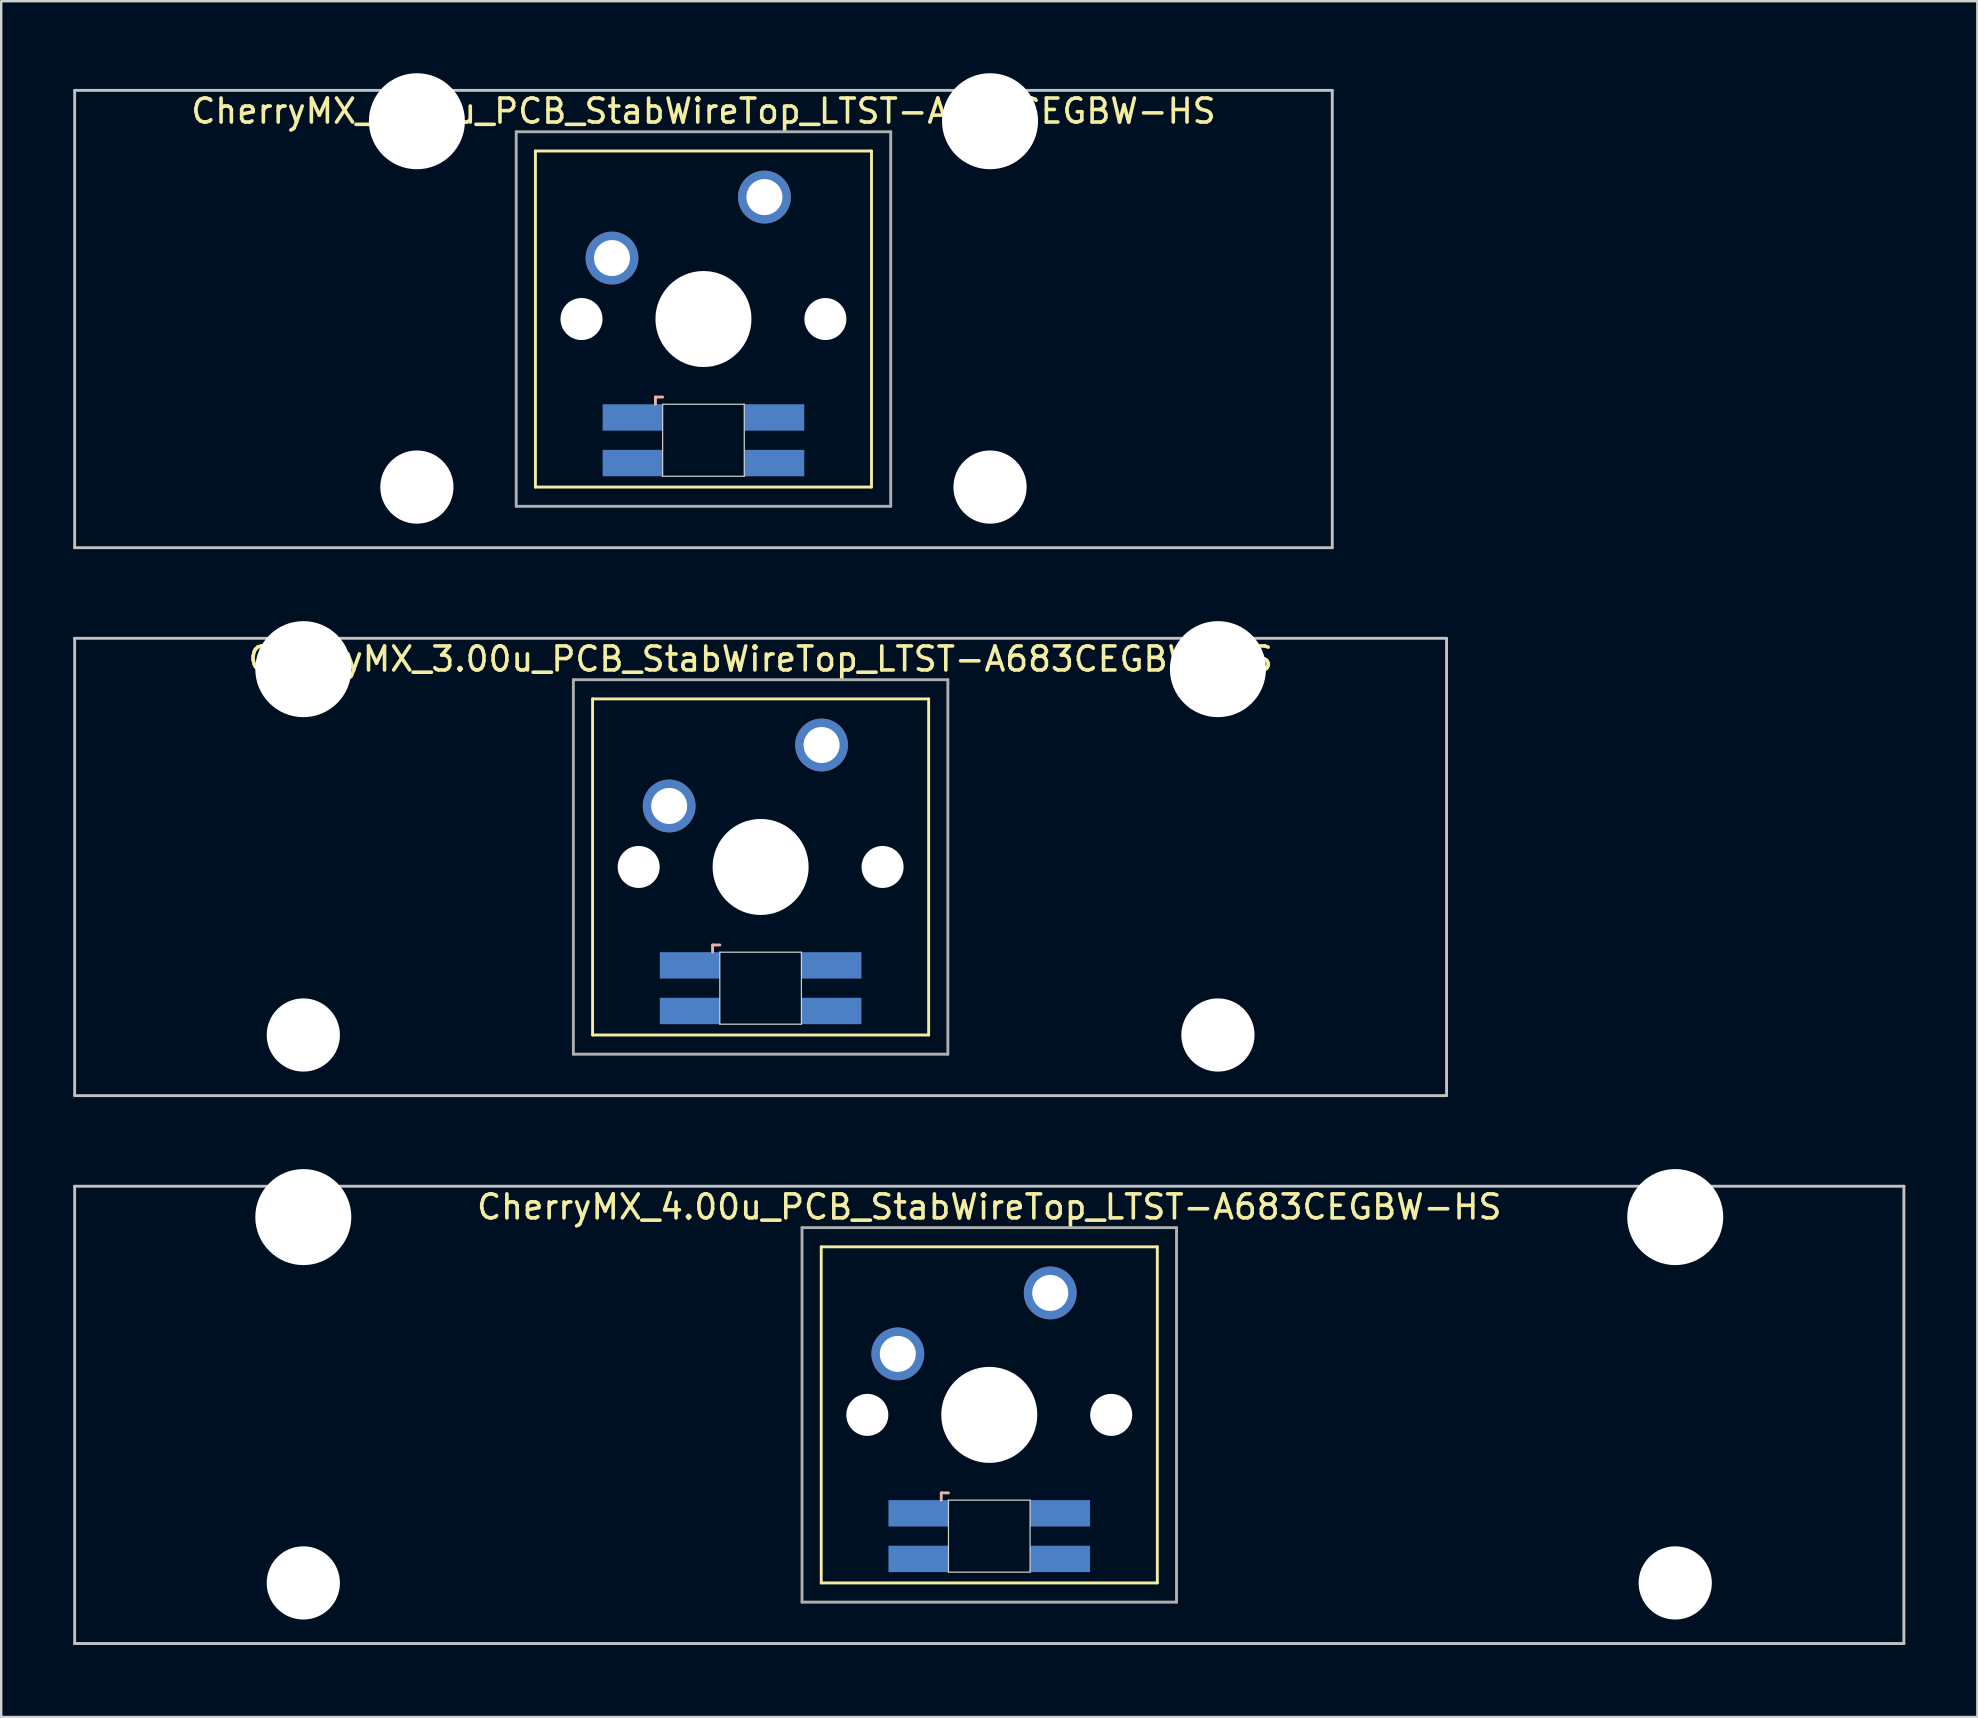
<source format=kicad_pcb>
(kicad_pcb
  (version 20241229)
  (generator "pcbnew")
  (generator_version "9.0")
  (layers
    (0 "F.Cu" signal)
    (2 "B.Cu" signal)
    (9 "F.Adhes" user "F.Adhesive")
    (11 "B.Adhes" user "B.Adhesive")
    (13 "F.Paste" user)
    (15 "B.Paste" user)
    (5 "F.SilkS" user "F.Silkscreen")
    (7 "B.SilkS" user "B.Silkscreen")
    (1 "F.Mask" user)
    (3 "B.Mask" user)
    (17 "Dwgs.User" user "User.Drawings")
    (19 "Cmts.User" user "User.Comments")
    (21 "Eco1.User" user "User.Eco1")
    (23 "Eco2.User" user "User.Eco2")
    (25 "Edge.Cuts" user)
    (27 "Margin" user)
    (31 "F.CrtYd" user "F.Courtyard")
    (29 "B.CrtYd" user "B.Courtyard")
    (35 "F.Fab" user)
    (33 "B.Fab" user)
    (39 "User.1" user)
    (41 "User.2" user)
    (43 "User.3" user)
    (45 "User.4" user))
  (footprint "CherryMX_2.75u_PCB_StabWireTop_LTST-A683CEGBW-HS"
    (layer "F.Cu")
    (at 26.254 10.24)
    (property "Reference" "CherryMX_2.75u_PCB_StabWireTop_LTST-A683CEGBW-HS" (at 0 -8.662 0) (layer "F.SilkS") (effects (font (size 1 1) (thickness 0.15))))
    (attr through_hole)
    (fp_line (start -7 -7) (end -7 7) (stroke (width 0.12) (type solid)) (layer "F.SilkS"))
    (fp_line (start -7 -7) (end 7 -7) (stroke (width 0.12) (type solid)) (layer "F.SilkS"))
    (fp_line (start 7 -7) (end 7 7) (stroke (width 0.12) (type solid)) (layer "F.SilkS"))
    (fp_line (start 7 7) (end -7 7) (stroke (width 0.12) (type solid)) (layer "F.SilkS"))
    (fp_line (start -2 3.25) (end -2 3.55) (stroke (width 0.12) (type solid)) (layer "B.SilkS"))
    (fp_line (start -1.7 3.25) (end -2 3.25) (stroke (width 0.12) (type solid)) (layer "B.SilkS"))
    (fp_line (start -26.194 -9.525) (end 26.194 -9.525) (stroke (width 0.12) (type solid)) (layer "Dwgs.User"))
    (fp_line (start -26.194 9.525) (end -26.194 -9.525) (stroke (width 0.12) (type solid)) (layer "Dwgs.User"))
    (fp_line (start 26.194 -9.525) (end 26.194 9.525) (stroke (width 0.12) (type solid)) (layer "Dwgs.User"))
    (fp_line (start 26.194 9.525) (end -26.194 9.525) (stroke (width 0.12) (type solid)) (layer "Dwgs.User"))
    (fp_line (start -1.7 3.55) (end 1.7 3.55) (stroke (width 0.05) (type solid)) (layer "Edge.Cuts"))
    (fp_line (start -1.7 6.55) (end -1.7 3.55) (stroke (width 0.05) (type solid)) (layer "Edge.Cuts"))
    (fp_line (start 1.7 3.55) (end 1.7 6.55) (stroke (width 0.05) (type solid)) (layer "Edge.Cuts"))
    (fp_line (start 1.7 6.55) (end -1.7 6.55) (stroke (width 0.05) (type solid)) (layer "Edge.Cuts"))
    (fp_line (start -7.8 -7.8) (end -7.8 7.8) (stroke (width 0.12) (type solid)) (layer "F.Fab"))
    (fp_line (start -7.8 -7.8) (end 7.8 -7.8) (stroke (width 0.12) (type solid)) (layer "F.Fab"))
    (fp_line (start -7.8 7.8) (end 7.8 7.8) (stroke (width 0.12) (type solid)) (layer "F.Fab"))
    (fp_line (start 7.8 -7.8) (end 7.8 7.8) (stroke (width 0.12) (type solid)) (layer "F.Fab"))
    (pad "" np_thru_hole circle (at -11.938 -8.24) (size 4 4) (drill 4) (layers "*.Cu" "*.Mask"))
    (pad "" np_thru_hole circle (at -11.938 7) (size 3.05 3.05) (drill 3.05) (layers "*.Cu" "*.Mask"))
    (pad "" np_thru_hole circle (at -5.08 0) (size 1.75 1.75) (drill 1.75) (layers "*.Cu" "*.Mask"))
    (pad "" np_thru_hole circle (at 0 0) (size 4 4) (drill 4) (layers "*.Cu" "*.Mask"))
    (pad "" np_thru_hole circle (at 5.08 0) (size 1.75 1.75) (drill 1.75) (layers "*.Cu" "*.Mask"))
    (pad "" np_thru_hole circle (at 11.938 -8.24) (size 4 4) (drill 4) (layers "*.Cu" "*.Mask"))
    (pad "" np_thru_hole circle (at 11.938 7) (size 3.05 3.05) (drill 3.05) (layers "*.Cu" "*.Mask"))
    (pad "1" thru_hole circle (at -3.81 -2.54) (size 2.2 2.2) (drill 1.5) (layers "*.Cu" "*.Mask"))
    (pad "2" thru_hole circle (at 2.54 -5.08) (size 2.2 2.2) (drill 1.5) (layers "*.Cu" "*.Mask"))
    (pad "3" smd rect (at -2.95 4.1) (size 2.5 1.1) (layers "B.Cu" "B.Mask" "B.Paste"))
    (pad "4" smd rect (at -2.95 6) (size 2.5 1.1) (layers "B.Cu" "B.Mask" "B.Paste"))
    (pad "5" smd rect (at 2.95 4.1) (size 2.5 1.1) (layers "B.Cu" "B.Mask" "B.Paste"))
    (pad "6" smd rect (at 2.95 6) (size 2.5 1.1) (layers "B.Cu" "B.Mask" "B.Paste")))
  (footprint "CherryMX_4.00u_PCB_StabWireTop_LTST-A683CEGBW-HS"
    (layer "F.Cu")
    (at 38.16 55.89)
    (property "Reference" "CherryMX_4.00u_PCB_StabWireTop_LTST-A683CEGBW-HS" (at 0 -8.662 0) (layer "F.SilkS") (effects (font (size 1 1) (thickness 0.15))))
    (attr through_hole)
    (fp_line (start -7 -7) (end -7 7) (stroke (width 0.12) (type solid)) (layer "F.SilkS"))
    (fp_line (start -7 -7) (end 7 -7) (stroke (width 0.12) (type solid)) (layer "F.SilkS"))
    (fp_line (start 7 -7) (end 7 7) (stroke (width 0.12) (type solid)) (layer "F.SilkS"))
    (fp_line (start 7 7) (end -7 7) (stroke (width 0.12) (type solid)) (layer "F.SilkS"))
    (fp_line (start -2 3.25) (end -2 3.55) (stroke (width 0.12) (type solid)) (layer "B.SilkS"))
    (fp_line (start -1.7 3.25) (end -2 3.25) (stroke (width 0.12) (type solid)) (layer "B.SilkS"))
    (fp_line (start -38.1 -9.525) (end 38.1 -9.525) (stroke (width 0.12) (type solid)) (layer "Dwgs.User"))
    (fp_line (start -38.1 9.525) (end -38.1 -9.525) (stroke (width 0.12) (type solid)) (layer "Dwgs.User"))
    (fp_line (start 38.1 -9.525) (end 38.1 9.525) (stroke (width 0.12) (type solid)) (layer "Dwgs.User"))
    (fp_line (start 38.1 9.525) (end -38.1 9.525) (stroke (width 0.12) (type solid)) (layer "Dwgs.User"))
    (fp_line (start -1.7 3.55) (end 1.7 3.55) (stroke (width 0.05) (type solid)) (layer "Edge.Cuts"))
    (fp_line (start -1.7 6.55) (end -1.7 3.55) (stroke (width 0.05) (type solid)) (layer "Edge.Cuts"))
    (fp_line (start 1.7 3.55) (end 1.7 6.55) (stroke (width 0.05) (type solid)) (layer "Edge.Cuts"))
    (fp_line (start 1.7 6.55) (end -1.7 6.55) (stroke (width 0.05) (type solid)) (layer "Edge.Cuts"))
    (fp_line (start -7.8 -7.8) (end -7.8 7.8) (stroke (width 0.12) (type solid)) (layer "F.Fab"))
    (fp_line (start -7.8 -7.8) (end 7.8 -7.8) (stroke (width 0.12) (type solid)) (layer "F.Fab"))
    (fp_line (start -7.8 7.8) (end 7.8 7.8) (stroke (width 0.12) (type solid)) (layer "F.Fab"))
    (fp_line (start 7.8 -7.8) (end 7.8 7.8) (stroke (width 0.12) (type solid)) (layer "F.Fab"))
    (pad "" np_thru_hole circle (at -28.575 -8.24) (size 4 4) (drill 4) (layers "*.Cu" "*.Mask"))
    (pad "" np_thru_hole circle (at -28.575 7) (size 3.05 3.05) (drill 3.05) (layers "*.Cu" "*.Mask"))
    (pad "" np_thru_hole circle (at -5.08 0) (size 1.75 1.75) (drill 1.75) (layers "*.Cu" "*.Mask"))
    (pad "" np_thru_hole circle (at 0 0) (size 4 4) (drill 4) (layers "*.Cu" "*.Mask"))
    (pad "" np_thru_hole circle (at 5.08 0) (size 1.75 1.75) (drill 1.75) (layers "*.Cu" "*.Mask"))
    (pad "" np_thru_hole circle (at 28.575 -8.24) (size 4 4) (drill 4) (layers "*.Cu" "*.Mask"))
    (pad "" np_thru_hole circle (at 28.575 7) (size 3.05 3.05) (drill 3.05) (layers "*.Cu" "*.Mask"))
    (pad "1" thru_hole circle (at -3.81 -2.54) (size 2.2 2.2) (drill 1.5) (layers "*.Cu" "*.Mask"))
    (pad "2" thru_hole circle (at 2.54 -5.08) (size 2.2 2.2) (drill 1.5) (layers "*.Cu" "*.Mask"))
    (pad "3" smd rect (at -2.95 4.1) (size 2.5 1.1) (layers "B.Cu" "B.Mask" "B.Paste"))
    (pad "4" smd rect (at -2.95 6) (size 2.5 1.1) (layers "B.Cu" "B.Mask" "B.Paste"))
    (pad "5" smd rect (at 2.95 4.1) (size 2.5 1.1) (layers "B.Cu" "B.Mask" "B.Paste"))
    (pad "6" smd rect (at 2.95 6) (size 2.5 1.1) (layers "B.Cu" "B.Mask" "B.Paste")))
  (footprint "CherryMX_3.00u_PCB_StabWireTop_LTST-A683CEGBW-HS"
    (layer "F.Cu")
    (at 28.635 33.065)
    (property "Reference" "CherryMX_3.00u_PCB_StabWireTop_LTST-A683CEGBW-HS" (at 0 -8.662 0) (layer "F.SilkS") (effects (font (size 1 1) (thickness 0.15))))
    (attr through_hole)
    (fp_line (start -7 -7) (end -7 7) (stroke (width 0.12) (type solid)) (layer "F.SilkS"))
    (fp_line (start -7 -7) (end 7 -7) (stroke (width 0.12) (type solid)) (layer "F.SilkS"))
    (fp_line (start 7 -7) (end 7 7) (stroke (width 0.12) (type solid)) (layer "F.SilkS"))
    (fp_line (start 7 7) (end -7 7) (stroke (width 0.12) (type solid)) (layer "F.SilkS"))
    (fp_line (start -2 3.25) (end -2 3.55) (stroke (width 0.12) (type solid)) (layer "B.SilkS"))
    (fp_line (start -1.7 3.25) (end -2 3.25) (stroke (width 0.12) (type solid)) (layer "B.SilkS"))
    (fp_line (start -28.575 -9.525) (end 28.575 -9.525) (stroke (width 0.12) (type solid)) (layer "Dwgs.User"))
    (fp_line (start -28.575 9.525) (end -28.575 -9.525) (stroke (width 0.12) (type solid)) (layer "Dwgs.User"))
    (fp_line (start 28.575 -9.525) (end 28.575 9.525) (stroke (width 0.12) (type solid)) (layer "Dwgs.User"))
    (fp_line (start 28.575 9.525) (end -28.575 9.525) (stroke (width 0.12) (type solid)) (layer "Dwgs.User"))
    (fp_line (start -1.7 3.55) (end 1.7 3.55) (stroke (width 0.05) (type solid)) (layer "Edge.Cuts"))
    (fp_line (start -1.7 6.55) (end -1.7 3.55) (stroke (width 0.05) (type solid)) (layer "Edge.Cuts"))
    (fp_line (start 1.7 3.55) (end 1.7 6.55) (stroke (width 0.05) (type solid)) (layer "Edge.Cuts"))
    (fp_line (start 1.7 6.55) (end -1.7 6.55) (stroke (width 0.05) (type solid)) (layer "Edge.Cuts"))
    (fp_line (start -7.8 -7.8) (end -7.8 7.8) (stroke (width 0.12) (type solid)) (layer "F.Fab"))
    (fp_line (start -7.8 -7.8) (end 7.8 -7.8) (stroke (width 0.12) (type solid)) (layer "F.Fab"))
    (fp_line (start -7.8 7.8) (end 7.8 7.8) (stroke (width 0.12) (type solid)) (layer "F.Fab"))
    (fp_line (start 7.8 -7.8) (end 7.8 7.8) (stroke (width 0.12) (type solid)) (layer "F.Fab"))
    (pad "" np_thru_hole circle (at -19.05 -8.24) (size 4 4) (drill 4) (layers "*.Cu" "*.Mask"))
    (pad "" np_thru_hole circle (at -19.05 7) (size 3.05 3.05) (drill 3.05) (layers "*.Cu" "*.Mask"))
    (pad "" np_thru_hole circle (at -5.08 0) (size 1.75 1.75) (drill 1.75) (layers "*.Cu" "*.Mask"))
    (pad "" np_thru_hole circle (at 0 0) (size 4 4) (drill 4) (layers "*.Cu" "*.Mask"))
    (pad "" np_thru_hole circle (at 5.08 0) (size 1.75 1.75) (drill 1.75) (layers "*.Cu" "*.Mask"))
    (pad "" np_thru_hole circle (at 19.05 -8.24) (size 4 4) (drill 4) (layers "*.Cu" "*.Mask"))
    (pad "" np_thru_hole circle (at 19.05 7) (size 3.05 3.05) (drill 3.05) (layers "*.Cu" "*.Mask"))
    (pad "1" thru_hole circle (at -3.81 -2.54) (size 2.2 2.2) (drill 1.5) (layers "*.Cu" "*.Mask"))
    (pad "2" thru_hole circle (at 2.54 -5.08) (size 2.2 2.2) (drill 1.5) (layers "*.Cu" "*.Mask"))
    (pad "3" smd rect (at -2.95 4.1) (size 2.5 1.1) (layers "B.Cu" "B.Mask" "B.Paste"))
    (pad "4" smd rect (at -2.95 6) (size 2.5 1.1) (layers "B.Cu" "B.Mask" "B.Paste"))
    (pad "5" smd rect (at 2.95 4.1) (size 2.5 1.1) (layers "B.Cu" "B.Mask" "B.Paste"))
    (pad "6" smd rect (at 2.95 6) (size 2.5 1.1) (layers "B.Cu" "B.Mask" "B.Paste")))
  (gr_rect
    (start -3 -3)
    (end 79.32 68.475)
    (stroke (width 0.1) (type default))
    (fill no)
    (layer "Edge.Cuts")))
</source>
